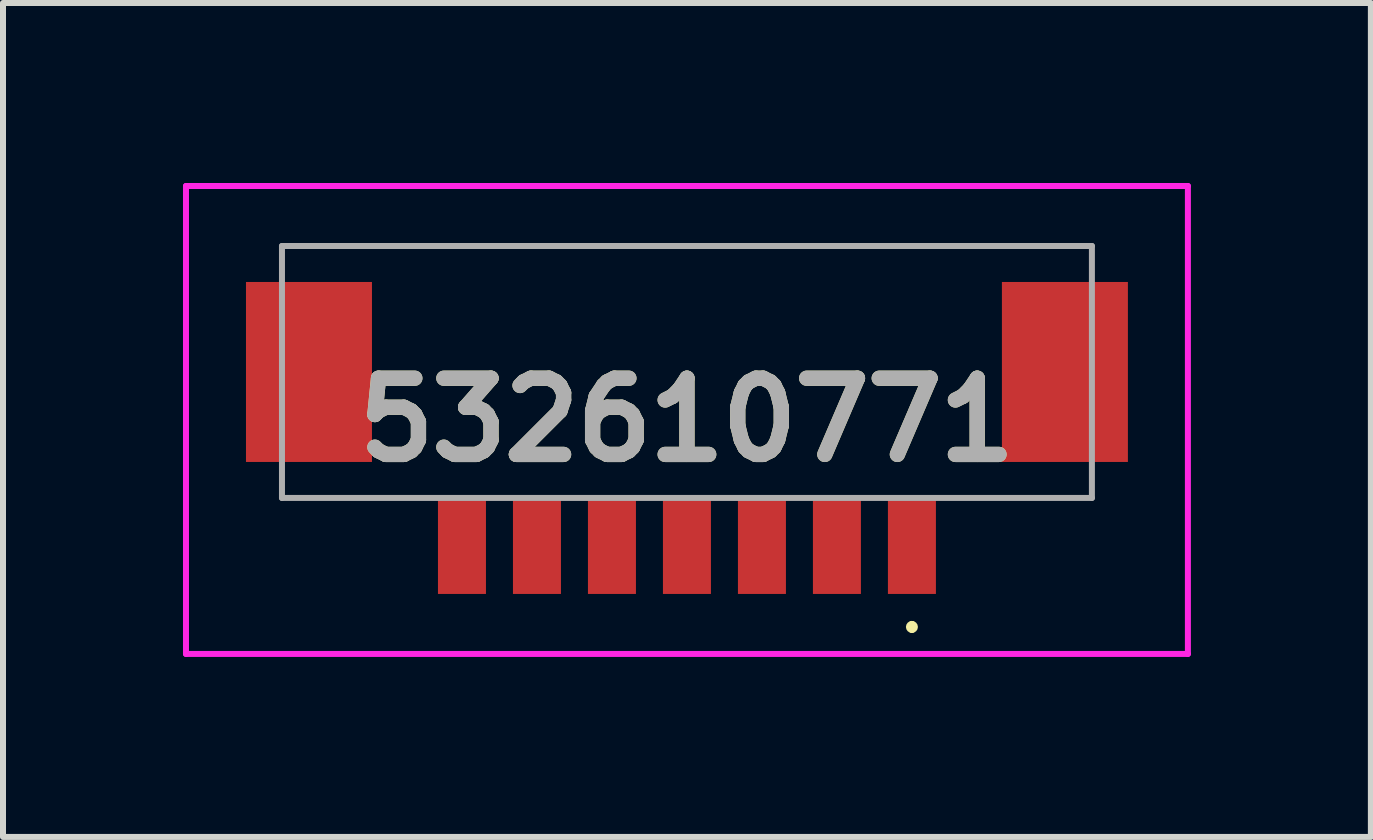
<source format=kicad_pcb>
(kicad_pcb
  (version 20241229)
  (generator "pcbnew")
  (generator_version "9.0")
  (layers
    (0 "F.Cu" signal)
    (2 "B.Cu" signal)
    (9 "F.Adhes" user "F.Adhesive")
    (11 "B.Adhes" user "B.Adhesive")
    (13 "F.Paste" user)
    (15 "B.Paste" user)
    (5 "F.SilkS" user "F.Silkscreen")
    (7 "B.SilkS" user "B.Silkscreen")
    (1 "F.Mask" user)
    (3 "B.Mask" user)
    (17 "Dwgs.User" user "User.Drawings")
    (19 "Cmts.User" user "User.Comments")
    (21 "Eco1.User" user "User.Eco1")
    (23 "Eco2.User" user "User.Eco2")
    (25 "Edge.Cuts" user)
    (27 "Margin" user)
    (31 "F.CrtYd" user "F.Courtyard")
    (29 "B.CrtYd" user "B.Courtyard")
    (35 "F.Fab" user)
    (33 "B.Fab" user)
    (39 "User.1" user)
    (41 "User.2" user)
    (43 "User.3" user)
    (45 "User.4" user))
  (footprint "532610771"
    (layer "F.Cu")
    (at 8.4 3.55)
    (property "Reference" "532610771" (at 0 0.4 0) (layer "F.SilkS") (effects (font (size 1.27 1.27) (thickness 0.254))))
    (attr smd)
    (fp_line (start 3.75 3.8) (end 3.75 3.8) (stroke (width 0.1) (type solid)) (layer "F.SilkS"))
    (fp_line (start 3.75 3.9) (end 3.75 3.9) (stroke (width 0.1) (type solid)) (layer "F.SilkS"))
    (fp_arc (start 3.75 3.8) (mid 3.8 3.85) (end 3.75 3.9) (stroke (width 0.1) (type solid)) (layer "F.SilkS"))
    (fp_arc (start 3.75 3.9) (mid 3.7 3.85) (end 3.75 3.8) (stroke (width 0.1) (type solid)) (layer "F.SilkS"))
    (fp_line (start -8.35 -3.5) (end 8.35 -3.5) (stroke (width 0.1) (type solid)) (layer "F.CrtYd"))
    (fp_line (start -8.35 4.3) (end -8.35 -3.5) (stroke (width 0.1) (type solid)) (layer "F.CrtYd"))
    (fp_line (start 8.35 -3.5) (end 8.35 4.3) (stroke (width 0.1) (type solid)) (layer "F.CrtYd"))
    (fp_line (start 8.35 4.3) (end -8.35 4.3) (stroke (width 0.1) (type solid)) (layer "F.CrtYd"))
    (fp_line (start -6.75 -2.5) (end 6.75 -2.5) (stroke (width 0.1) (type solid)) (layer "F.Fab"))
    (fp_line (start -6.75 1.7) (end -6.75 -2.5) (stroke (width 0.1) (type solid)) (layer "F.Fab"))
    (fp_line (start 6.75 -2.5) (end 6.75 1.7) (stroke (width 0.1) (type solid)) (layer "F.Fab"))
    (fp_line (start 6.75 1.7) (end -6.75 1.7) (stroke (width 0.1) (type solid)) (layer "F.Fab"))
    (fp_text user "${REFERENCE}" (at 0 0.4 0) (layer "F.Fab") (effects (font (size 1.27 1.27) (thickness 0.254))))
    (pad "1" smd rect (at 3.75 2.5) (size 0.8 1.6) (layers "F.Cu" "F.Mask" "F.Paste"))
    (pad "2" smd rect (at 2.5 2.5) (size 0.8 1.6) (layers "F.Cu" "F.Mask" "F.Paste"))
    (pad "3" smd rect (at 1.25 2.5) (size 0.8 1.6) (layers "F.Cu" "F.Mask" "F.Paste"))
    (pad "4" smd rect (at 0 2.5) (size 0.8 1.6) (layers "F.Cu" "F.Mask" "F.Paste"))
    (pad "5" smd rect (at -1.25 2.5) (size 0.8 1.6) (layers "F.Cu" "F.Mask" "F.Paste"))
    (pad "6" smd rect (at -2.5 2.5) (size 0.8 1.6) (layers "F.Cu" "F.Mask" "F.Paste"))
    (pad "7" smd rect (at -3.75 2.5) (size 0.8 1.6) (layers "F.Cu" "F.Mask" "F.Paste"))
    (pad "8" smd rect (at 6.3 -0.4) (size 2.1 3) (layers "F.Cu" "F.Mask" "F.Paste"))
    (pad "9" smd rect (at -6.3 -0.4) (size 2.1 3) (layers "F.Cu" "F.Mask" "F.Paste")))
  (gr_rect
    (start -3 -3)
    (end 19.8 10.9)
    (stroke (width 0.1) (type default))
    (fill no)
    (layer "Edge.Cuts")))
</source>
